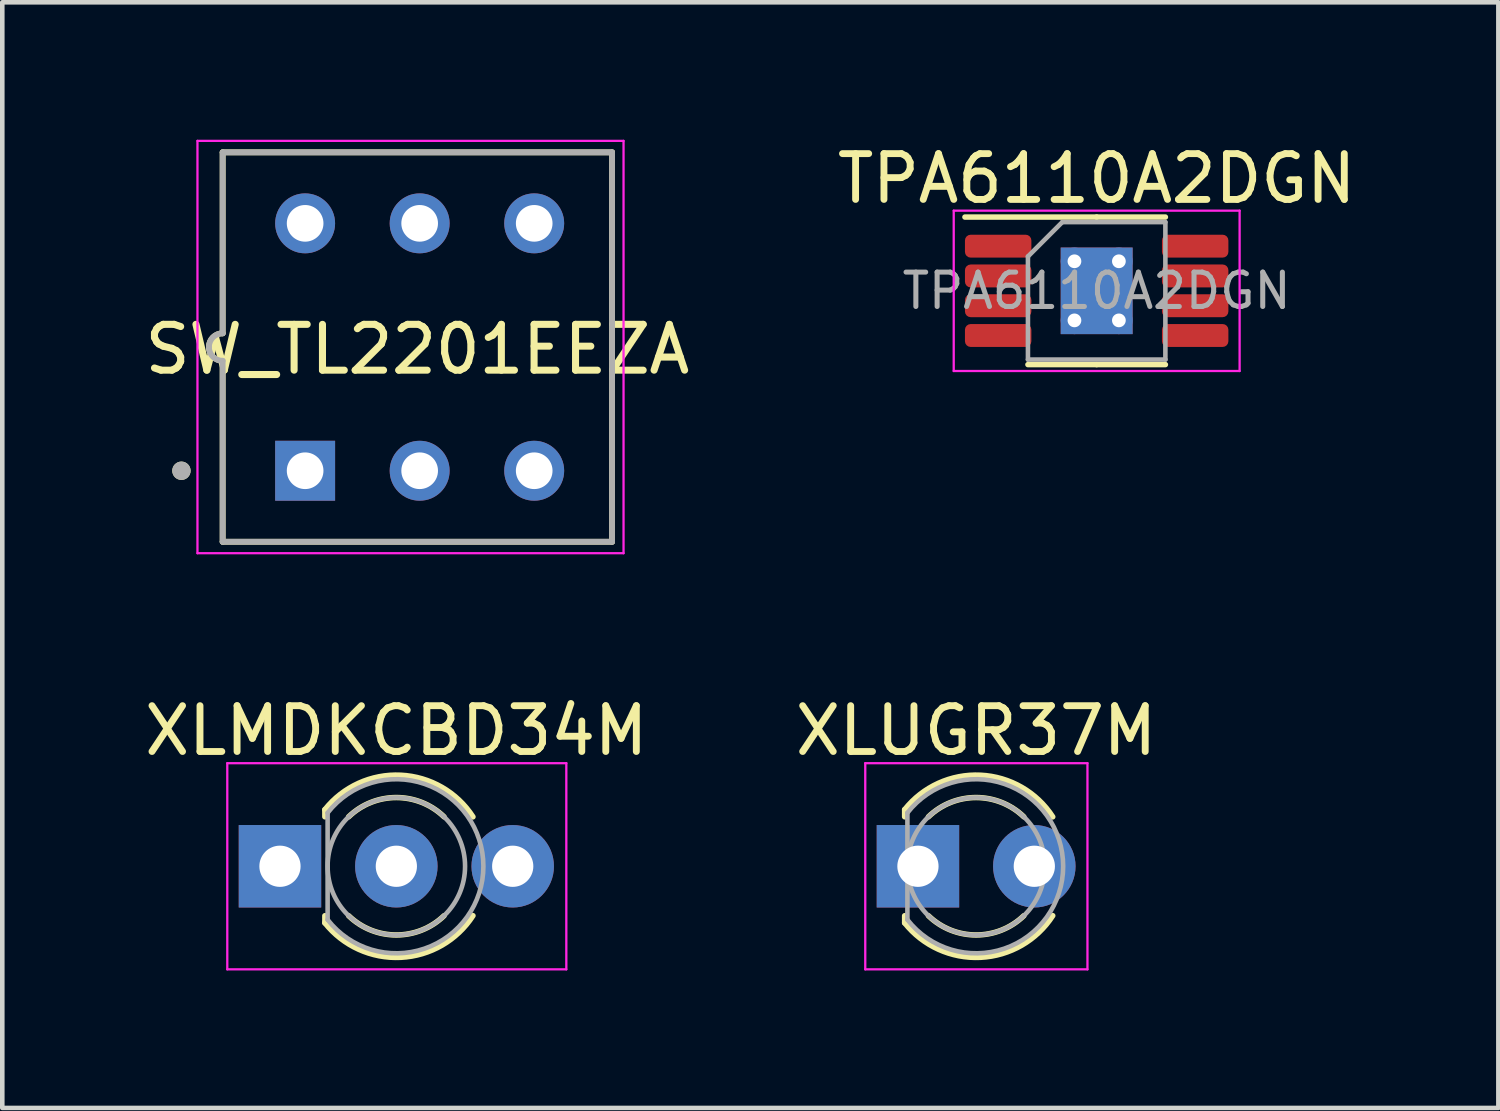
<source format=kicad_pcb>
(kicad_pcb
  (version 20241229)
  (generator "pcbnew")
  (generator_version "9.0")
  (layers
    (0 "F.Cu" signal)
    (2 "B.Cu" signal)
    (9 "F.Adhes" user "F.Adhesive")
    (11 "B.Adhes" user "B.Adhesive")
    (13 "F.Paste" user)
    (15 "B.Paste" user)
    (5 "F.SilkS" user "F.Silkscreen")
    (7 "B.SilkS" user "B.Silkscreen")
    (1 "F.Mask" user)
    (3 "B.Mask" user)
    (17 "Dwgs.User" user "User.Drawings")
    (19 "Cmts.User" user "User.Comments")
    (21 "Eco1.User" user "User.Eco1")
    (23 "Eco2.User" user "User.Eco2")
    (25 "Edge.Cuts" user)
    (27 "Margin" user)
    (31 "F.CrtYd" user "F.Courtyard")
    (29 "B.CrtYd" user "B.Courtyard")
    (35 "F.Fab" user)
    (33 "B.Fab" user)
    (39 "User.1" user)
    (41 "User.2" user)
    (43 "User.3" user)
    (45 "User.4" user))
  (footprint "TPA6110A2DGN"
    (layer "F.Cu")
    (at 20.887 3.298)
    (property "Reference" "TPA6110A2DGN" (at 0 -2.45 0) (layer "F.SilkS") (effects (font (size 1 1) (thickness 0.15))))
    (attr smd)
    (fp_line (start 0 -1.61) (end -2.875 -1.61) (stroke (width 0.12) (type solid)) (layer "F.SilkS"))
    (fp_line (start 0 -1.61) (end 1.5 -1.61) (stroke (width 0.12) (type solid)) (layer "F.SilkS"))
    (fp_line (start 0 1.61) (end -1.5 1.61) (stroke (width 0.12) (type solid)) (layer "F.SilkS"))
    (fp_line (start 0 1.61) (end 1.5 1.61) (stroke (width 0.12) (type solid)) (layer "F.SilkS"))
    (fp_line (start -3.12 -1.75) (end -3.12 1.75) (stroke (width 0.05) (type solid)) (layer "F.CrtYd"))
    (fp_line (start -3.12 1.75) (end 3.12 1.75) (stroke (width 0.05) (type solid)) (layer "F.CrtYd"))
    (fp_line (start 3.12 -1.75) (end -3.12 -1.75) (stroke (width 0.05) (type solid)) (layer "F.CrtYd"))
    (fp_line (start 3.12 1.75) (end 3.12 -1.75) (stroke (width 0.05) (type solid)) (layer "F.CrtYd"))
    (fp_line (start -1.5 -0.75) (end -0.75 -1.5) (stroke (width 0.1) (type solid)) (layer "F.Fab"))
    (fp_line (start -1.5 1.5) (end -1.5 -0.75) (stroke (width 0.1) (type solid)) (layer "F.Fab"))
    (fp_line (start -0.75 -1.5) (end 1.5 -1.5) (stroke (width 0.1) (type solid)) (layer "F.Fab"))
    (fp_line (start 1.5 -1.5) (end 1.5 1.5) (stroke (width 0.1) (type solid)) (layer "F.Fab"))
    (fp_line (start 1.5 1.5) (end -1.5 1.5) (stroke (width 0.1) (type solid)) (layer "F.Fab"))
    (fp_text user "${REFERENCE}" (at 0 0 0) (layer "F.Fab") (effects (font (size 0.75 0.75) (thickness 0.11))))
    (pad "" smd roundrect (at -0.39 -0.47) (size 0.63 0.76) (layers "F.Paste") (roundrect_rratio 0.25))
    (pad "" smd roundrect (at -0.39 0.47) (size 0.63 0.76) (layers "F.Paste") (roundrect_rratio 0.25))
    (pad "" smd roundrect (at 0.39 -0.47) (size 0.63 0.76) (layers "F.Paste") (roundrect_rratio 0.25))
    (pad "" smd roundrect (at 0.39 0.47) (size 0.63 0.76) (layers "F.Paste") (roundrect_rratio 0.25))
    (pad "1" smd roundrect (at -2.15 -0.975) (size 1.45 0.5) (layers "F.Cu" "F.Mask" "F.Paste") (roundrect_rratio 0.25))
    (pad "2" smd roundrect (at -2.15 -0.325) (size 1.45 0.5) (layers "F.Cu" "F.Mask" "F.Paste") (roundrect_rratio 0.25))
    (pad "3" smd roundrect (at -2.15 0.325) (size 1.45 0.5) (layers "F.Cu" "F.Mask" "F.Paste") (roundrect_rratio 0.25))
    (pad "4" smd roundrect (at -2.15 0.975) (size 1.45 0.5) (layers "F.Cu" "F.Mask" "F.Paste") (roundrect_rratio 0.25))
    (pad "5" smd roundrect (at 2.15 0.975) (size 1.45 0.5) (layers "F.Cu" "F.Mask" "F.Paste") (roundrect_rratio 0.25))
    (pad "6" smd roundrect (at 2.15 0.325) (size 1.45 0.5) (layers "F.Cu" "F.Mask" "F.Paste") (roundrect_rratio 0.25))
    (pad "7" smd roundrect (at 2.15 -0.325) (size 1.45 0.5) (layers "F.Cu" "F.Mask" "F.Paste") (roundrect_rratio 0.25))
    (pad "8" smd roundrect (at 2.15 -0.975) (size 1.45 0.5) (layers "F.Cu" "F.Mask" "F.Paste") (roundrect_rratio 0.25))
    (pad "9" thru_hole circle (at -0.485 -0.645) (size 0.6 0.6) (drill 0.3) (layers "*.Cu"))
    (pad "9" thru_hole circle (at -0.485 0.645) (size 0.6 0.6) (drill 0.3) (layers "*.Cu"))
    (pad "9" smd rect (at 0 0) (size 1.57 1.89) (layers "F.Cu" "F.Mask"))
    (pad "9" smd rect (at 0 0) (size 1.57 1.89) (layers "B.Cu"))
    (pad "9" thru_hole circle (at 0.485 -0.645) (size 0.6 0.6) (drill 0.3) (layers "*.Cu"))
    (pad "9" thru_hole circle (at 0.485 0.645) (size 0.6 0.6) (drill 0.3) (layers "*.Cu")))
  (footprint "XLUGR37M"
    (layer "F.Cu")
    (at 16.986 15.858)
    (property "Reference" "XLUGR37M" (at 1.27 -2.96 0) (layer "F.SilkS") (effects (font (size 1 1) (thickness 0.15))))
    (attr through_hole)
    (fp_line (start -0.29 -1.236) (end -0.29 -1.08) (stroke (width 0.12) (type solid)) (layer "F.SilkS"))
    (fp_line (start -0.29 1.08) (end -0.29 1.236) (stroke (width 0.12) (type solid)) (layer "F.SilkS"))
    (fp_arc (start -0.29 -1.235516) (mid 1.366487 -1.987659) (end 2.942335 -1.078608) (stroke (width 0.12) (type solid)) (layer "F.SilkS"))
    (fp_arc (start 0.229039 -1.08) (mid 1.270117 -1.5) (end 2.31113 -1.079837) (stroke (width 0.12) (type solid)) (layer "F.SilkS"))
    (fp_arc (start 2.31113 1.079837) (mid 1.270117 1.5) (end 0.229039 1.08) (stroke (width 0.12) (type solid)) (layer "F.SilkS"))
    (fp_arc (start 2.942335 1.078608) (mid 1.366487 1.987659) (end -0.29 1.235516) (stroke (width 0.12) (type solid)) (layer "F.SilkS"))
    (fp_line (start -1.15 -2.25) (end -1.15 2.25) (stroke (width 0.05) (type solid)) (layer "F.CrtYd"))
    (fp_line (start -1.15 2.25) (end 3.7 2.25) (stroke (width 0.05) (type solid)) (layer "F.CrtYd"))
    (fp_line (start 3.7 -2.25) (end -1.15 -2.25) (stroke (width 0.05) (type solid)) (layer "F.CrtYd"))
    (fp_line (start 3.7 2.25) (end 3.7 -2.25) (stroke (width 0.05) (type solid)) (layer "F.CrtYd"))
    (fp_line (start -0.23 -1.166) (end -0.23 1.166) (stroke (width 0.1) (type solid)) (layer "F.Fab"))
    (fp_arc (start -0.23 -1.16619) (mid 3.17 0.000452) (end -0.230555 1.165476) (stroke (width 0.1) (type solid)) (layer "F.Fab"))
    (fp_circle (center 1.27 0) (end 2.77 0) (stroke (width 0.1) (type solid)) (fill no) (layer "F.Fab"))
    (pad "1" thru_hole rect (at 0 0) (size 1.8 1.8) (drill 0.9) (layers "*.Cu" "*.Mask"))
    (pad "2" thru_hole circle (at 2.54 0) (size 1.8 1.8) (drill 0.9) (layers "*.Cu" "*.Mask")))
  (footprint "XLMDKCBD34M"
    (layer "F.Cu")
    (at 5.601 15.858)
    (property "Reference" "XLMDKCBD34M" (at 0 -2.96 0) (layer "F.SilkS") (effects (font (size 1 1) (thickness 0.15))))
    (attr through_hole)
    (fp_line (start -1.56 -1.236) (end -1.56 -1.08) (stroke (width 0.12) (type solid)) (layer "F.SilkS"))
    (fp_line (start -1.56 1.08) (end -1.56 1.236) (stroke (width 0.12) (type solid)) (layer "F.SilkS"))
    (fp_arc (start -1.56 -1.235516) (mid 0.096487 -1.987659) (end 1.672335 -1.078608) (stroke (width 0.12) (type solid)) (layer "F.SilkS"))
    (fp_arc (start -1.040961 -1.08) (mid 0.000117 -1.5) (end 1.04113 -1.079837) (stroke (width 0.12) (type solid)) (layer "F.SilkS"))
    (fp_arc (start 1.04113 1.079837) (mid 0.000117 1.5) (end -1.040961 1.08) (stroke (width 0.12) (type solid)) (layer "F.SilkS"))
    (fp_arc (start 1.672335 1.078608) (mid 0.096487 1.987659) (end -1.56 1.235516) (stroke (width 0.12) (type solid)) (layer "F.SilkS"))
    (fp_line (start -3.69 -2.25) (end -3.69 2.25) (stroke (width 0.05) (type solid)) (layer "F.CrtYd"))
    (fp_line (start -3.69 2.25) (end 3.71 2.25) (stroke (width 0.05) (type solid)) (layer "F.CrtYd"))
    (fp_line (start 3.71 -2.25) (end -3.69 -2.25) (stroke (width 0.05) (type solid)) (layer "F.CrtYd"))
    (fp_line (start 3.71 2.25) (end 3.71 -2.25) (stroke (width 0.05) (type solid)) (layer "F.CrtYd"))
    (fp_line (start -1.5 -1.166) (end -1.5 1.166) (stroke (width 0.1) (type solid)) (layer "F.Fab"))
    (fp_arc (start -1.5 -1.16619) (mid 1.9 0.000452) (end -1.500555 1.165476) (stroke (width 0.1) (type solid)) (layer "F.Fab"))
    (fp_circle (center 0 0) (end 1.5 0) (stroke (width 0.1) (type solid)) (fill no) (layer "F.Fab"))
    (pad "1" thru_hole rect (at -2.54 0) (size 1.8 1.8) (drill 0.9) (layers "*.Cu" "*.Mask"))
    (pad "2" thru_hole circle (at 0 0) (size 1.8 1.8) (drill 0.9) (layers "*.Cu" "*.Mask"))
    (pad "3" thru_hole circle (at 2.54 0) (size 1.8 1.8) (drill 0.9) (layers "*.Cu" "*.Mask")))
  (footprint "SW_TL2201EEZA"
    (layer "F.Cu")
    (at 6.06 4.525)
    (property "Reference" "SW_TL2201EEZA" (at 0 0.05 0) (layer "F.SilkS") (effects (font (size 1 1) (thickness 0.154))))
    (attr through_hole)
    (fp_line (start -4.25 -4.25) (end -4.25 -0.3) (stroke (width 0.127) (type solid)) (layer "F.SilkS"))
    (fp_line (start -4.25 4.25) (end -4.25 0.3) (stroke (width 0.127) (type solid)) (layer "F.SilkS"))
    (fp_line (start -4.25 4.25) (end 4.25 4.25) (stroke (width 0.127) (type solid)) (layer "F.SilkS"))
    (fp_line (start 4.25 -4.25) (end -4.25 -4.25) (stroke (width 0.127) (type solid)) (layer "F.SilkS"))
    (fp_line (start 4.25 4.25) (end 4.25 -4.25) (stroke (width 0.127) (type solid)) (layer "F.SilkS"))
    (fp_arc (start -4.55 0) (mid -4.462132 -0.212132) (end -4.25 -0.3) (stroke (width 0.127) (type solid)) (layer "F.SilkS"))
    (fp_arc (start -4.25 0.3) (mid -4.462132 0.212132) (end -4.55 0) (stroke (width 0.127) (type solid)) (layer "F.SilkS"))
    (fp_circle (center -5.15 2.7) (end -5.05 2.7) (stroke (width 0.2) (type solid)) (fill no) (layer "F.SilkS"))
    (fp_line (start -4.8 -4.5) (end -4.8 4.5) (stroke (width 0.05) (type solid)) (layer "F.CrtYd"))
    (fp_line (start -4.8 4.5) (end 4.5 4.5) (stroke (width 0.05) (type solid)) (layer "F.CrtYd"))
    (fp_line (start 4.5 -4.5) (end -4.8 -4.5) (stroke (width 0.05) (type solid)) (layer "F.CrtYd"))
    (fp_line (start 4.5 4.5) (end 4.5 -4.5) (stroke (width 0.05) (type solid)) (layer "F.CrtYd"))
    (fp_line (start -4.25 -4.25) (end -4.25 -0.3) (stroke (width 0.127) (type solid)) (layer "F.Fab"))
    (fp_line (start -4.25 4.25) (end -4.25 0.3) (stroke (width 0.127) (type solid)) (layer "F.Fab"))
    (fp_line (start -4.25 4.25) (end 4.25 4.25) (stroke (width 0.127) (type solid)) (layer "F.Fab"))
    (fp_line (start 4.25 -4.25) (end -4.25 -4.25) (stroke (width 0.127) (type solid)) (layer "F.Fab"))
    (fp_line (start 4.25 4.25) (end 4.25 -4.25) (stroke (width 0.127) (type solid)) (layer "F.Fab"))
    (fp_arc (start -4.55 0) (mid -4.462132 -0.212132) (end -4.25 -0.3) (stroke (width 0.127) (type solid)) (layer "F.Fab"))
    (fp_arc (start -4.25 0.3) (mid -4.462132 0.212132) (end -4.55 0) (stroke (width 0.127) (type solid)) (layer "F.Fab"))
    (fp_circle (center -5.15 2.7) (end -5.05 2.7) (stroke (width 0.2) (type solid)) (fill no) (layer "F.Fab"))
    (pad "1" thru_hole rect (at -2.45 2.7) (size 1.308 1.308) (drill 0.8) (layers "*.Cu" "*.Mask"))
    (pad "2" thru_hole circle (at 0.05 2.7) (size 1.308 1.308) (drill 0.8) (layers "*.Cu" "*.Mask"))
    (pad "3" thru_hole circle (at 2.55 2.7) (size 1.308 1.308) (drill 0.8) (layers "*.Cu" "*.Mask"))
    (pad "4" thru_hole circle (at -2.45 -2.7) (size 1.308 1.308) (drill 0.8) (layers "*.Cu" "*.Mask"))
    (pad "5" thru_hole circle (at 0.05 -2.7) (size 1.308 1.308) (drill 0.8) (layers "*.Cu" "*.Mask"))
    (pad "6" thru_hole circle (at 2.55 -2.7) (size 1.308 1.308) (drill 0.8) (layers "*.Cu" "*.Mask")))
  (gr_rect
    (start -3 -3)
    (end 29.655 21.133)
    (stroke (width 0.1) (type default))
    (fill no)
    (layer "Edge.Cuts")))
</source>
